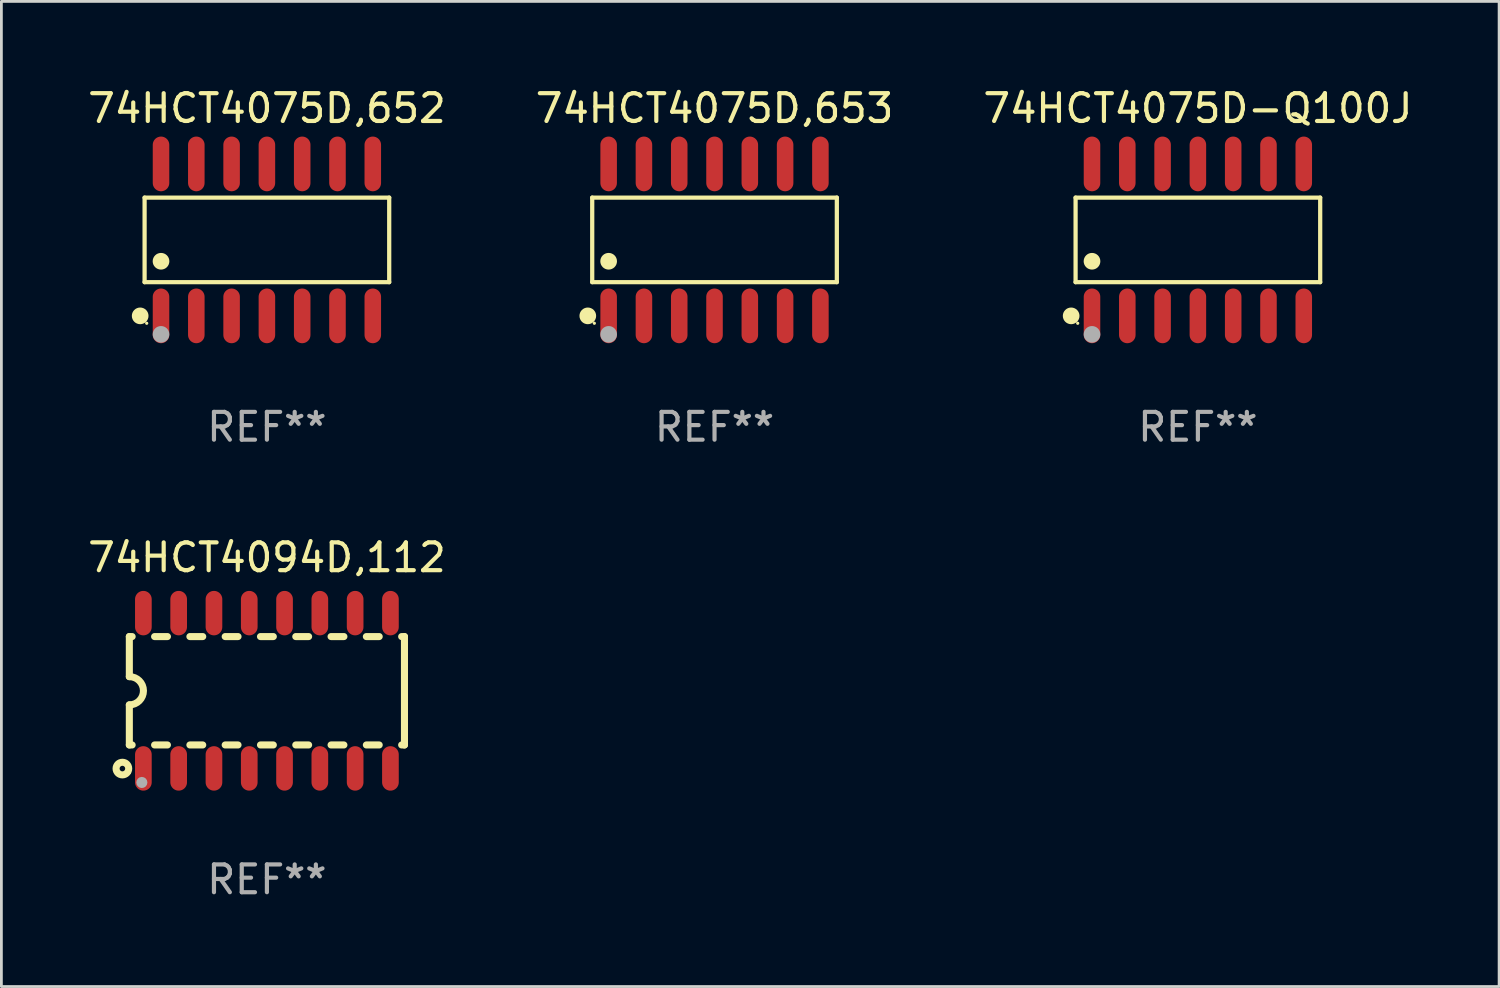
<source format=kicad_pcb>
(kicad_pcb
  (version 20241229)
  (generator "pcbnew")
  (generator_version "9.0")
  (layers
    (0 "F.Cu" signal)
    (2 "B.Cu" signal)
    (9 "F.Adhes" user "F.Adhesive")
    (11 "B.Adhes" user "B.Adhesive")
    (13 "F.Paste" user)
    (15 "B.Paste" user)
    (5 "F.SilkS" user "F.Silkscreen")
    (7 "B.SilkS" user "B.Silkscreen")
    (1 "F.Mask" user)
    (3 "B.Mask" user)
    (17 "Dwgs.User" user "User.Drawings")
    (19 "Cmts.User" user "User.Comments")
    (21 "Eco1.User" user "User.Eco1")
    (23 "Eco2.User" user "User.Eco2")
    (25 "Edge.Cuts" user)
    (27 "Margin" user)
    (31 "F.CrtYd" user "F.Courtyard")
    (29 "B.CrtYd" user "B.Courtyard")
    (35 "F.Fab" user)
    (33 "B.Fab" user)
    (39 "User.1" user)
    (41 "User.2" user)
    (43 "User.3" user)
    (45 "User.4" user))
  (footprint "74HCT4094D,112"
    (layer "F.Cu")
    (at 6.554 21.806)
    (property "Reference" "74HCT4094D,112" (at 0 -4.794 0) (layer "F.SilkS") (effects (font (size 1 1) (thickness 0.15))))
    (attr through_hole)
    (fp_line (start -4.95 -1.95) (end -4.95 -0.508) (stroke (width 0.254) (type solid)) (layer "F.SilkS"))
    (fp_line (start -4.95 -1.95) (end -4.849 -1.95) (stroke (width 0.254) (type solid)) (layer "F.SilkS"))
    (fp_line (start -4.95 1.95) (end -4.95 0.508) (stroke (width 0.254) (type solid)) (layer "F.SilkS"))
    (fp_line (start -4.95 1.95) (end -4.849 1.95) (stroke (width 0.254) (type solid)) (layer "F.SilkS"))
    (fp_line (start -4.041 -1.95) (end -3.579 -1.95) (stroke (width 0.254) (type solid)) (layer "F.SilkS"))
    (fp_line (start -4.041 1.95) (end -3.579 1.95) (stroke (width 0.254) (type solid)) (layer "F.SilkS"))
    (fp_line (start -2.771 -1.95) (end -2.309 -1.95) (stroke (width 0.254) (type solid)) (layer "F.SilkS"))
    (fp_line (start -2.771 1.95) (end -2.309 1.95) (stroke (width 0.254) (type solid)) (layer "F.SilkS"))
    (fp_line (start -1.501 -1.95) (end -1.039 -1.95) (stroke (width 0.254) (type solid)) (layer "F.SilkS"))
    (fp_line (start -1.501 1.95) (end -1.039 1.95) (stroke (width 0.254) (type solid)) (layer "F.SilkS"))
    (fp_line (start -0.231 -1.95) (end 0.231 -1.95) (stroke (width 0.254) (type solid)) (layer "F.SilkS"))
    (fp_line (start -0.231 1.95) (end 0.231 1.95) (stroke (width 0.254) (type solid)) (layer "F.SilkS"))
    (fp_line (start 1.039 -1.95) (end 1.501 -1.95) (stroke (width 0.254) (type solid)) (layer "F.SilkS"))
    (fp_line (start 1.039 1.95) (end 1.501 1.95) (stroke (width 0.254) (type solid)) (layer "F.SilkS"))
    (fp_line (start 2.309 -1.95) (end 2.771 -1.95) (stroke (width 0.254) (type solid)) (layer "F.SilkS"))
    (fp_line (start 2.309 1.95) (end 2.771 1.95) (stroke (width 0.254) (type solid)) (layer "F.SilkS"))
    (fp_line (start 3.579 -1.95) (end 4.041 -1.95) (stroke (width 0.254) (type solid)) (layer "F.SilkS"))
    (fp_line (start 3.579 1.95) (end 4.041 1.95) (stroke (width 0.254) (type solid)) (layer "F.SilkS"))
    (fp_line (start 4.849 -1.95) (end 4.95 -1.95) (stroke (width 0.254) (type solid)) (layer "F.SilkS"))
    (fp_line (start 4.849 1.95) (end 4.95 1.95) (stroke (width 0.254) (type solid)) (layer "F.SilkS"))
    (fp_line (start 4.95 -1.95) (end 4.95 1.95) (stroke (width 0.254) (type solid)) (layer "F.SilkS"))
    (fp_arc (start -4.95047 -0.508001) (mid -4.442469 -0.000228) (end -4.950013 0.508001) (stroke (width 0.254001) (type solid)) (layer "F.SilkS"))
    (fp_circle (center -5.2 2.8) (end -5.1 2.8) (stroke (width 0.254) (type solid)) (fill no) (layer "F.SilkS"))
    (fp_circle (center -4.95 2.947) (end -4.92 2.947) (stroke (width 0.06) (type solid)) (fill no) (layer "F.SilkS"))
    (fp_circle (center -4.5 3.3) (end -4.4 3.3) (stroke (width 0.2) (type solid)) (fill no) (layer "F.Fab"))
    (fp_text user "REF**" (at 0 6.794 0) (layer "F.Fab") (effects (font (size 1 1) (thickness 0.15))))
    (pad "1" smd oval (at -4.445 2.794) (size 0.6 1.6) (layers "F.Cu" "F.Mask" "F.Paste"))
    (pad "2" smd oval (at -3.175 2.794) (size 0.6 1.6) (layers "F.Cu" "F.Mask" "F.Paste"))
    (pad "3" smd oval (at -1.905 2.794) (size 0.6 1.6) (layers "F.Cu" "F.Mask" "F.Paste"))
    (pad "4" smd oval (at -0.635 2.794) (size 0.6 1.6) (layers "F.Cu" "F.Mask" "F.Paste"))
    (pad "5" smd oval (at 0.635 2.794) (size 0.6 1.6) (layers "F.Cu" "F.Mask" "F.Paste"))
    (pad "6" smd oval (at 1.905 2.794) (size 0.6 1.6) (layers "F.Cu" "F.Mask" "F.Paste"))
    (pad "7" smd oval (at 3.175 2.794) (size 0.6 1.6) (layers "F.Cu" "F.Mask" "F.Paste"))
    (pad "8" smd oval (at 4.445 2.794) (size 0.6 1.6) (layers "F.Cu" "F.Mask" "F.Paste"))
    (pad "9" smd oval (at 4.445 -2.794) (size 0.6 1.6) (layers "F.Cu" "F.Mask" "F.Paste"))
    (pad "10" smd oval (at 3.175 -2.794) (size 0.6 1.6) (layers "F.Cu" "F.Mask" "F.Paste"))
    (pad "11" smd oval (at 1.905 -2.794) (size 0.6 1.6) (layers "F.Cu" "F.Mask" "F.Paste"))
    (pad "12" smd oval (at 0.635 -2.794) (size 0.6 1.6) (layers "F.Cu" "F.Mask" "F.Paste"))
    (pad "13" smd oval (at -0.635 -2.794) (size 0.6 1.6) (layers "F.Cu" "F.Mask" "F.Paste"))
    (pad "14" smd oval (at -1.905 -2.794) (size 0.6 1.6) (layers "F.Cu" "F.Mask" "F.Paste"))
    (pad "15" smd oval (at -3.175 -2.794) (size 0.6 1.6) (layers "F.Cu" "F.Mask" "F.Paste"))
    (pad "16" smd oval (at -4.445 -2.794) (size 0.6 1.6) (layers "F.Cu" "F.Mask" "F.Paste")))
  (footprint "74HCT4075D-Q100J"
    (layer "F.Cu")
    (at 40.054 5.582)
    (property "Reference" "74HCT4075D-Q100J" (at 0 -4.734 0) (layer "F.SilkS") (effects (font (size 1 1) (thickness 0.15))))
    (attr through_hole)
    (fp_line (start -4.401 -1.521) (end 4.401 -1.521) (stroke (width 0.152) (type solid)) (layer "F.SilkS"))
    (fp_line (start -4.401 1.521) (end -4.401 -1.521) (stroke (width 0.152) (type solid)) (layer "F.SilkS"))
    (fp_line (start 4.401 -1.521) (end 4.401 1.521) (stroke (width 0.152) (type solid)) (layer "F.SilkS"))
    (fp_line (start 4.401 1.521) (end -4.401 1.521) (stroke (width 0.152) (type solid)) (layer "F.SilkS"))
    (fp_circle (center -4.56 2.734) (end -4.41 2.734) (stroke (width 0.3) (type solid)) (fill no) (layer "F.SilkS"))
    (fp_circle (center -4.325 3) (end -4.295 3) (stroke (width 0.06) (type solid)) (fill no) (layer "F.SilkS"))
    (fp_circle (center -3.81 0.769) (end -3.66 0.769) (stroke (width 0.3) (type solid)) (fill no) (layer "F.SilkS"))
    (fp_circle (center -3.81 3.4) (end -3.66 3.4) (stroke (width 0.3) (type solid)) (fill no) (layer "F.Fab"))
    (fp_text user "REF**" (at 0 6.734 0) (layer "F.Fab") (effects (font (size 1 1) (thickness 0.15))))
    (pad "1" smd oval (at -3.81 2.734) (size 0.595 1.968) (layers "F.Cu" "F.Mask" "F.Paste"))
    (pad "2" smd oval (at -2.54 2.734) (size 0.595 1.968) (layers "F.Cu" "F.Mask" "F.Paste"))
    (pad "3" smd oval (at -1.27 2.734) (size 0.595 1.968) (layers "F.Cu" "F.Mask" "F.Paste"))
    (pad "4" smd oval (at 0 2.734) (size 0.595 1.968) (layers "F.Cu" "F.Mask" "F.Paste"))
    (pad "5" smd oval (at 1.27 2.734) (size 0.595 1.968) (layers "F.Cu" "F.Mask" "F.Paste"))
    (pad "6" smd oval (at 2.54 2.734) (size 0.595 1.968) (layers "F.Cu" "F.Mask" "F.Paste"))
    (pad "7" smd oval (at 3.81 2.734) (size 0.595 1.968) (layers "F.Cu" "F.Mask" "F.Paste"))
    (pad "8" smd oval (at 3.81 -2.734) (size 0.595 1.968) (layers "F.Cu" "F.Mask" "F.Paste"))
    (pad "9" smd oval (at 2.54 -2.734) (size 0.595 1.968) (layers "F.Cu" "F.Mask" "F.Paste"))
    (pad "10" smd oval (at 1.27 -2.734) (size 0.595 1.968) (layers "F.Cu" "F.Mask" "F.Paste"))
    (pad "11" smd oval (at 0 -2.734) (size 0.595 1.968) (layers "F.Cu" "F.Mask" "F.Paste"))
    (pad "12" smd oval (at -1.27 -2.734) (size 0.595 1.968) (layers "F.Cu" "F.Mask" "F.Paste"))
    (pad "13" smd oval (at -2.54 -2.734) (size 0.595 1.968) (layers "F.Cu" "F.Mask" "F.Paste"))
    (pad "14" smd oval (at -3.81 -2.734) (size 0.595 1.968) (layers "F.Cu" "F.Mask" "F.Paste")))
  (footprint "74HCT4075D,653"
    (layer "F.Cu")
    (at 22.661 5.582)
    (property "Reference" "74HCT4075D,653" (at 0 -4.734 0) (layer "F.SilkS") (effects (font (size 1 1) (thickness 0.15))))
    (attr through_hole)
    (fp_line (start -4.401 -1.521) (end 4.401 -1.521) (stroke (width 0.152) (type solid)) (layer "F.SilkS"))
    (fp_line (start -4.401 1.521) (end -4.401 -1.521) (stroke (width 0.152) (type solid)) (layer "F.SilkS"))
    (fp_line (start 4.401 -1.521) (end 4.401 1.521) (stroke (width 0.152) (type solid)) (layer "F.SilkS"))
    (fp_line (start 4.401 1.521) (end -4.401 1.521) (stroke (width 0.152) (type solid)) (layer "F.SilkS"))
    (fp_circle (center -4.56 2.734) (end -4.41 2.734) (stroke (width 0.3) (type solid)) (fill no) (layer "F.SilkS"))
    (fp_circle (center -4.325 3) (end -4.295 3) (stroke (width 0.06) (type solid)) (fill no) (layer "F.SilkS"))
    (fp_circle (center -3.81 0.769) (end -3.66 0.769) (stroke (width 0.3) (type solid)) (fill no) (layer "F.SilkS"))
    (fp_circle (center -3.81 3.4) (end -3.66 3.4) (stroke (width 0.3) (type solid)) (fill no) (layer "F.Fab"))
    (fp_text user "REF**" (at 0 6.734 0) (layer "F.Fab") (effects (font (size 1 1) (thickness 0.15))))
    (pad "1" smd oval (at -3.81 2.734) (size 0.595 1.968) (layers "F.Cu" "F.Mask" "F.Paste"))
    (pad "2" smd oval (at -2.54 2.734) (size 0.595 1.968) (layers "F.Cu" "F.Mask" "F.Paste"))
    (pad "3" smd oval (at -1.27 2.734) (size 0.595 1.968) (layers "F.Cu" "F.Mask" "F.Paste"))
    (pad "4" smd oval (at 0 2.734) (size 0.595 1.968) (layers "F.Cu" "F.Mask" "F.Paste"))
    (pad "5" smd oval (at 1.27 2.734) (size 0.595 1.968) (layers "F.Cu" "F.Mask" "F.Paste"))
    (pad "6" smd oval (at 2.54 2.734) (size 0.595 1.968) (layers "F.Cu" "F.Mask" "F.Paste"))
    (pad "7" smd oval (at 3.81 2.734) (size 0.595 1.968) (layers "F.Cu" "F.Mask" "F.Paste"))
    (pad "8" smd oval (at 3.81 -2.734) (size 0.595 1.968) (layers "F.Cu" "F.Mask" "F.Paste"))
    (pad "9" smd oval (at 2.54 -2.734) (size 0.595 1.968) (layers "F.Cu" "F.Mask" "F.Paste"))
    (pad "10" smd oval (at 1.27 -2.734) (size 0.595 1.968) (layers "F.Cu" "F.Mask" "F.Paste"))
    (pad "11" smd oval (at 0 -2.734) (size 0.595 1.968) (layers "F.Cu" "F.Mask" "F.Paste"))
    (pad "12" smd oval (at -1.27 -2.734) (size 0.595 1.968) (layers "F.Cu" "F.Mask" "F.Paste"))
    (pad "13" smd oval (at -2.54 -2.734) (size 0.595 1.968) (layers "F.Cu" "F.Mask" "F.Paste"))
    (pad "14" smd oval (at -3.81 -2.734) (size 0.595 1.968) (layers "F.Cu" "F.Mask" "F.Paste")))
  (footprint "74HCT4075D,652"
    (layer "F.Cu")
    (at 6.554 5.582)
    (property "Reference" "74HCT4075D,652" (at 0 -4.734 0) (layer "F.SilkS") (effects (font (size 1 1) (thickness 0.15))))
    (attr through_hole)
    (fp_line (start -4.401 -1.521) (end 4.401 -1.521) (stroke (width 0.152) (type solid)) (layer "F.SilkS"))
    (fp_line (start -4.401 1.521) (end -4.401 -1.521) (stroke (width 0.152) (type solid)) (layer "F.SilkS"))
    (fp_line (start 4.401 -1.521) (end 4.401 1.521) (stroke (width 0.152) (type solid)) (layer "F.SilkS"))
    (fp_line (start 4.401 1.521) (end -4.401 1.521) (stroke (width 0.152) (type solid)) (layer "F.SilkS"))
    (fp_circle (center -4.56 2.734) (end -4.41 2.734) (stroke (width 0.3) (type solid)) (fill no) (layer "F.SilkS"))
    (fp_circle (center -4.325 3) (end -4.295 3) (stroke (width 0.06) (type solid)) (fill no) (layer "F.SilkS"))
    (fp_circle (center -3.81 0.769) (end -3.66 0.769) (stroke (width 0.3) (type solid)) (fill no) (layer "F.SilkS"))
    (fp_circle (center -3.81 3.4) (end -3.66 3.4) (stroke (width 0.3) (type solid)) (fill no) (layer "F.Fab"))
    (fp_text user "REF**" (at 0 6.734 0) (layer "F.Fab") (effects (font (size 1 1) (thickness 0.15))))
    (pad "1" smd oval (at -3.81 2.734) (size 0.595 1.968) (layers "F.Cu" "F.Mask" "F.Paste"))
    (pad "2" smd oval (at -2.54 2.734) (size 0.595 1.968) (layers "F.Cu" "F.Mask" "F.Paste"))
    (pad "3" smd oval (at -1.27 2.734) (size 0.595 1.968) (layers "F.Cu" "F.Mask" "F.Paste"))
    (pad "4" smd oval (at 0 2.734) (size 0.595 1.968) (layers "F.Cu" "F.Mask" "F.Paste"))
    (pad "5" smd oval (at 1.27 2.734) (size 0.595 1.968) (layers "F.Cu" "F.Mask" "F.Paste"))
    (pad "6" smd oval (at 2.54 2.734) (size 0.595 1.968) (layers "F.Cu" "F.Mask" "F.Paste"))
    (pad "7" smd oval (at 3.81 2.734) (size 0.595 1.968) (layers "F.Cu" "F.Mask" "F.Paste"))
    (pad "8" smd oval (at 3.81 -2.734) (size 0.595 1.968) (layers "F.Cu" "F.Mask" "F.Paste"))
    (pad "9" smd oval (at 2.54 -2.734) (size 0.595 1.968) (layers "F.Cu" "F.Mask" "F.Paste"))
    (pad "10" smd oval (at 1.27 -2.734) (size 0.595 1.968) (layers "F.Cu" "F.Mask" "F.Paste"))
    (pad "11" smd oval (at 0 -2.734) (size 0.595 1.968) (layers "F.Cu" "F.Mask" "F.Paste"))
    (pad "12" smd oval (at -1.27 -2.734) (size 0.595 1.968) (layers "F.Cu" "F.Mask" "F.Paste"))
    (pad "13" smd oval (at -2.54 -2.734) (size 0.595 1.968) (layers "F.Cu" "F.Mask" "F.Paste"))
    (pad "14" smd oval (at -3.81 -2.734) (size 0.595 1.968) (layers "F.Cu" "F.Mask" "F.Paste")))
  (gr_rect
    (start -3 -3)
    (end 50.893 32.449)
    (stroke (width 0.1) (type default))
    (fill no)
    (layer "Edge.Cuts")))
</source>
